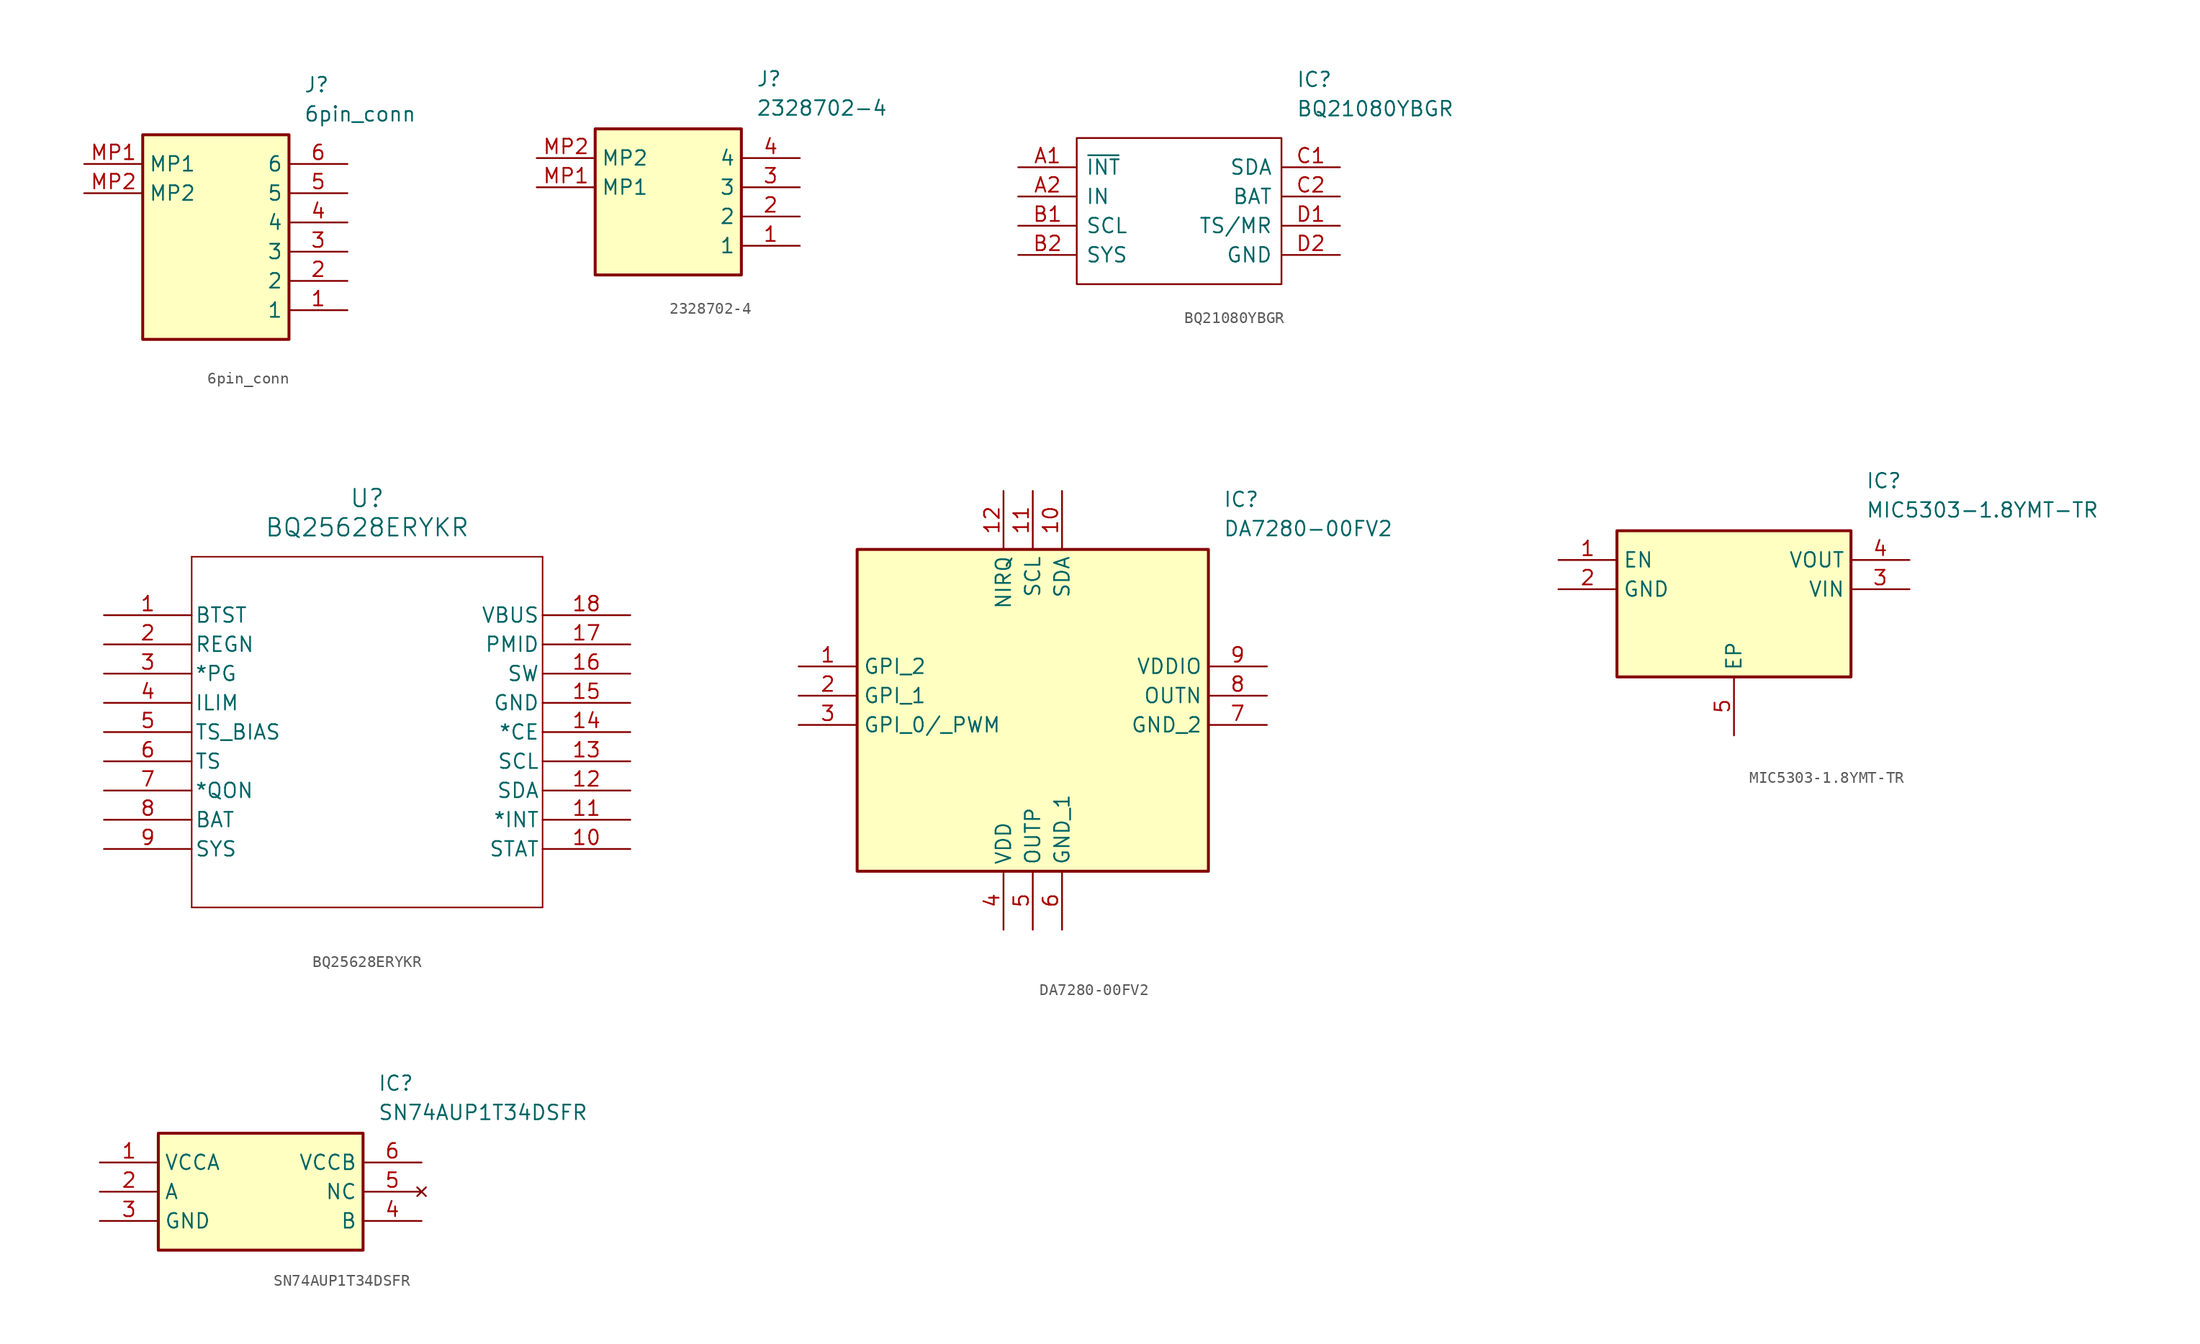
<source format=kicad_sym>
(kicad_symbol_lib
  (version 20231120)
  (generator "kicad_symbol_editor")
  (generator_version "8.0")
  (symbol "6pin_conn"
    (property "Reference" "J"
      (at 19.05 7.62 0)
      (effects (font (size 1.27 1.27)) (justify left top)))
    (property "Value" "6pin_conn"
      (at 19.05 5.08 0)
      (effects (font (size 1.27 1.27)) (justify left top)))
    (symbol "6pin_conn_1_1"
      (rectangle (start 5.08 2.54) (end 17.78 -15.24) (stroke (width 0.254) (type default)) (fill (type background)))
      (pin passive line (at 22.86 -12.7 180) (length 5.08) (name "1" (effects (font (size 1.27 1.27)))) (number "1" (effects (font (size 1.27 1.27)))))
      (pin passive line (at 22.86 -10.16 180) (length 5.08) (name "2" (effects (font (size 1.27 1.27)))) (number "2" (effects (font (size 1.27 1.27)))))
      (pin passive line (at 22.86 -7.62 180) (length 5.08) (name "3" (effects (font (size 1.27 1.27)))) (number "3" (effects (font (size 1.27 1.27)))))
      (pin passive line (at 22.86 -5.08 180) (length 5.08) (name "4" (effects (font (size 1.27 1.27)))) (number "4" (effects (font (size 1.27 1.27)))))
      (pin passive line (at 22.86 -2.54 180) (length 5.08) (name "5" (effects (font (size 1.27 1.27)))) (number "5" (effects (font (size 1.27 1.27)))))
      (pin passive line (at 22.86 0 180) (length 5.08) (name "6" (effects (font (size 1.27 1.27)))) (number "6" (effects (font (size 1.27 1.27)))))
      (pin passive line (at 0 0 0) (length 5.08) (name "MP1" (effects (font (size 1.27 1.27)))) (number "MP1" (effects (font (size 1.27 1.27)))))
      (pin passive line (at 0 -2.54 0) (length 5.08) (name "MP2" (effects (font (size 1.27 1.27)))) (number "MP2" (effects (font (size 1.27 1.27)))))))
  (symbol "2328702-4"
    (property "Reference" "J"
      (at 19.05 7.62 0)
      (effects (font (size 1.27 1.27)) (justify left top)))
    (property "Value" "2328702-4"
      (at 19.05 5.08 0)
      (effects (font (size 1.27 1.27)) (justify left top)))
    (symbol "2328702-4_1_1"
      (rectangle (start 5.08 2.54) (end 17.78 -10.16) (stroke (width 0.254) (type default)) (fill (type background)))
      (pin passive line (at 22.86 -7.62 180) (length 5.08) (name "1" (effects (font (size 1.27 1.27)))) (number "1" (effects (font (size 1.27 1.27)))))
      (pin passive line (at 22.86 -5.08 180) (length 5.08) (name "2" (effects (font (size 1.27 1.27)))) (number "2" (effects (font (size 1.27 1.27)))))
      (pin passive line (at 22.86 -2.54 180) (length 5.08) (name "3" (effects (font (size 1.27 1.27)))) (number "3" (effects (font (size 1.27 1.27)))))
      (pin passive line (at 22.86 0 180) (length 5.08) (name "4" (effects (font (size 1.27 1.27)))) (number "4" (effects (font (size 1.27 1.27)))))
      (pin passive line (at 0 -2.54 0) (length 5.08) (name "MP1" (effects (font (size 1.27 1.27)))) (number "MP1" (effects (font (size 1.27 1.27)))))
      (pin passive line (at 0 0 0) (length 5.08) (name "MP2" (effects (font (size 1.27 1.27)))) (number "MP2" (effects (font (size 1.27 1.27)))))))
  (symbol "BQ21080YBGR"
    (pin_names
      (offset 0.762))
    (property "Reference" "IC"
      (at 24.13 7.62 0)
      (effects (font (size 1.27 1.27)) (justify left)))
    (property "Value" "BQ21080YBGR"
      (at 24.13 5.08 0)
      (effects (font (size 1.27 1.27)) (justify left)))
    (symbol "BQ21080YBGR_0_0"
      (pin passive line (at 0 0 0) (length 5.08) (name "~{INT}" (effects (font (size 1.27 1.27)))) (number "A1" (effects (font (size 1.27 1.27)))))
      (pin passive line (at 0 -2.54 0) (length 5.08) (name "IN" (effects (font (size 1.27 1.27)))) (number "A2" (effects (font (size 1.27 1.27)))))
      (pin passive line (at 0 -5.08 0) (length 5.08) (name "SCL" (effects (font (size 1.27 1.27)))) (number "B1" (effects (font (size 1.27 1.27)))))
      (pin passive line (at 0 -7.62 0) (length 5.08) (name "SYS" (effects (font (size 1.27 1.27)))) (number "B2" (effects (font (size 1.27 1.27)))))
      (pin passive line (at 27.94 0 180) (length 5.08) (name "SDA" (effects (font (size 1.27 1.27)))) (number "C1" (effects (font (size 1.27 1.27)))))
      (pin passive line (at 27.94 -2.54 180) (length 5.08) (name "BAT" (effects (font (size 1.27 1.27)))) (number "C2" (effects (font (size 1.27 1.27)))))
      (pin passive line (at 27.94 -5.08 180) (length 5.08) (name "TS/MR" (effects (font (size 1.27 1.27)))) (number "D1" (effects (font (size 1.27 1.27)))))
      (pin passive line (at 27.94 -7.62 180) (length 5.08) (name "GND" (effects (font (size 1.27 1.27)))) (number "D2" (effects (font (size 1.27 1.27))))))
    (symbol "BQ21080YBGR_0_1"
      (polyline (pts (xy 5.08 2.54) (xy 22.86 2.54) (xy 22.86 -10.16) (xy 5.08 -10.16) (xy 5.08 2.54)) (stroke (width 0.152) (type solid)) (fill (type none)))))
  (symbol "BQ25628ERYKR"
    (pin_names
      (offset 0.254))
    (property "Reference" "U"
      (at 22.86 10.16 0)
      (effects (font (size 1.524 1.524))))
    (property "Value" "BQ25628ERYKR"
      (at 22.86 7.62 0)
      (effects (font (size 1.524 1.524))))
    (property "ki_locked" ""
      (at 0 0 0)
      (effects (font (size 1.27 1.27))))
    (symbol "BQ25628ERYKR_0_1"
      (polyline (pts (xy 7.62 -25.4) (xy 38.1 -25.4)) (stroke (width 0.127) (type default)) (fill (type none)))
      (polyline (pts (xy 7.62 5.08) (xy 7.62 -25.4)) (stroke (width 0.127) (type default)) (fill (type none)))
      (polyline (pts (xy 38.1 -25.4) (xy 38.1 5.08)) (stroke (width 0.127) (type default)) (fill (type none)))
      (polyline (pts (xy 38.1 5.08) (xy 7.62 5.08)) (stroke (width 0.127) (type default)) (fill (type none)))
      (pin power_in line (at 0 0 0) (length 7.62) (name "BTST" (effects (font (size 1.27 1.27)))) (number "1" (effects (font (size 1.27 1.27)))))
      (pin output line (at 45.72 -20.32 180) (length 7.62) (name "STAT" (effects (font (size 1.27 1.27)))) (number "10" (effects (font (size 1.27 1.27)))))
      (pin output line (at 45.72 -17.78 180) (length 7.62) (name "*INT" (effects (font (size 1.27 1.27)))) (number "11" (effects (font (size 1.27 1.27)))))
      (pin bidirectional line (at 45.72 -15.24 180) (length 7.62) (name "SDA" (effects (font (size 1.27 1.27)))) (number "12" (effects (font (size 1.27 1.27)))))
      (pin input line (at 45.72 -12.7 180) (length 7.62) (name "SCL" (effects (font (size 1.27 1.27)))) (number "13" (effects (font (size 1.27 1.27)))))
      (pin input line (at 45.72 -10.16 180) (length 7.62) (name "*CE" (effects (font (size 1.27 1.27)))) (number "14" (effects (font (size 1.27 1.27)))))
      (pin power_out line (at 45.72 -7.62 180) (length 7.62) (name "GND" (effects (font (size 1.27 1.27)))) (number "15" (effects (font (size 1.27 1.27)))))
      (pin power_in line (at 45.72 -5.08 180) (length 7.62) (name "SW" (effects (font (size 1.27 1.27)))) (number "16" (effects (font (size 1.27 1.27)))))
      (pin power_in line (at 45.72 -2.54 180) (length 7.62) (name "PMID" (effects (font (size 1.27 1.27)))) (number "17" (effects (font (size 1.27 1.27)))))
      (pin power_in line (at 45.72 0 180) (length 7.62) (name "VBUS" (effects (font (size 1.27 1.27)))) (number "18" (effects (font (size 1.27 1.27)))))
      (pin power_in line (at 0 -2.54 0) (length 7.62) (name "REGN" (effects (font (size 1.27 1.27)))) (number "2" (effects (font (size 1.27 1.27)))))
      (pin unspecified line (at 0 -5.08 0) (length 7.62) (name "*PG" (effects (font (size 1.27 1.27)))) (number "3" (effects (font (size 1.27 1.27)))))
      (pin bidirectional line (at 0 -7.62 0) (length 7.62) (name "ILIM" (effects (font (size 1.27 1.27)))) (number "4" (effects (font (size 1.27 1.27)))))
      (pin unspecified line (at 0 -10.16 0) (length 7.62) (name "TS_BIAS" (effects (font (size 1.27 1.27)))) (number "5" (effects (font (size 1.27 1.27)))))
      (pin input line (at 0 -12.7 0) (length 7.62) (name "TS" (effects (font (size 1.27 1.27)))) (number "6" (effects (font (size 1.27 1.27)))))
      (pin input line (at 0 -15.24 0) (length 7.62) (name "*QON" (effects (font (size 1.27 1.27)))) (number "7" (effects (font (size 1.27 1.27)))))
      (pin power_in line (at 0 -17.78 0) (length 7.62) (name "BAT" (effects (font (size 1.27 1.27)))) (number "8" (effects (font (size 1.27 1.27)))))
      (pin power_in line (at 0 -20.32 0) (length 7.62) (name "SYS" (effects (font (size 1.27 1.27)))) (number "9" (effects (font (size 1.27 1.27)))))))
  (symbol "DA7280-00FV2"
    (property "Reference" "IC"
      (at 36.83 15.24 0)
      (effects (font (size 1.27 1.27)) (justify left top)))
    (property "Value" "DA7280-00FV2"
      (at 36.83 12.7 0)
      (effects (font (size 1.27 1.27)) (justify left top)))
    (symbol "DA7280-00FV2_1_1"
      (rectangle (start 5.08 10.16) (end 35.56 -17.78) (stroke (width 0.254) (type default)) (fill (type background)))
      (pin passive line (at 0 0 0) (length 5.08) (name "GPI_2" (effects (font (size 1.27 1.27)))) (number "1" (effects (font (size 1.27 1.27)))))
      (pin passive line (at 22.86 15.24 270) (length 5.08) (name "SDA" (effects (font (size 1.27 1.27)))) (number "10" (effects (font (size 1.27 1.27)))))
      (pin passive line (at 20.32 15.24 270) (length 5.08) (name "SCL" (effects (font (size 1.27 1.27)))) (number "11" (effects (font (size 1.27 1.27)))))
      (pin passive line (at 17.78 15.24 270) (length 5.08) (name "NIRQ" (effects (font (size 1.27 1.27)))) (number "12" (effects (font (size 1.27 1.27)))))
      (pin passive line (at 0 -2.54 0) (length 5.08) (name "GPI_1" (effects (font (size 1.27 1.27)))) (number "2" (effects (font (size 1.27 1.27)))))
      (pin passive line (at 0 -5.08 0) (length 5.08) (name "GPI_0/_PWM" (effects (font (size 1.27 1.27)))) (number "3" (effects (font (size 1.27 1.27)))))
      (pin passive line (at 17.78 -22.86 90) (length 5.08) (name "VDD" (effects (font (size 1.27 1.27)))) (number "4" (effects (font (size 1.27 1.27)))))
      (pin passive line (at 20.32 -22.86 90) (length 5.08) (name "OUTP" (effects (font (size 1.27 1.27)))) (number "5" (effects (font (size 1.27 1.27)))))
      (pin passive line (at 22.86 -22.86 90) (length 5.08) (name "GND_1" (effects (font (size 1.27 1.27)))) (number "6" (effects (font (size 1.27 1.27)))))
      (pin passive line (at 40.64 -5.08 180) (length 5.08) (name "GND_2" (effects (font (size 1.27 1.27)))) (number "7" (effects (font (size 1.27 1.27)))))
      (pin passive line (at 40.64 -2.54 180) (length 5.08) (name "OUTN" (effects (font (size 1.27 1.27)))) (number "8" (effects (font (size 1.27 1.27)))))
      (pin passive line (at 40.64 0 180) (length 5.08) (name "VDDIO" (effects (font (size 1.27 1.27)))) (number "9" (effects (font (size 1.27 1.27)))))))
  (symbol "MIC5303-1.8YMT-TR"
    (property "Reference" "IC"
      (at 26.67 7.62 0)
      (effects (font (size 1.27 1.27)) (justify left top)))
    (property "Value" "MIC5303-1.8YMT-TR"
      (at 26.67 5.08 0)
      (effects (font (size 1.27 1.27)) (justify left top)))
    (symbol "MIC5303-1.8YMT-TR_1_1"
      (rectangle (start 5.08 2.54) (end 25.4 -10.16) (stroke (width 0.254) (type default)) (fill (type background)))
      (pin passive line (at 0 0 0) (length 5.08) (name "EN" (effects (font (size 1.27 1.27)))) (number "1" (effects (font (size 1.27 1.27)))))
      (pin passive line (at 0 -2.54 0) (length 5.08) (name "GND" (effects (font (size 1.27 1.27)))) (number "2" (effects (font (size 1.27 1.27)))))
      (pin passive line (at 30.48 -2.54 180) (length 5.08) (name "VIN" (effects (font (size 1.27 1.27)))) (number "3" (effects (font (size 1.27 1.27)))))
      (pin passive line (at 30.48 0 180) (length 5.08) (name "VOUT" (effects (font (size 1.27 1.27)))) (number "4" (effects (font (size 1.27 1.27)))))
      (pin passive line (at 15.24 -15.24 90) (length 5.08) (name "EP" (effects (font (size 1.27 1.27)))) (number "5" (effects (font (size 1.27 1.27)))))))
  (symbol "SN74AUP1T34DSFR"
    (property "Reference" "IC"
      (at 24.13 7.62 0)
      (effects (font (size 1.27 1.27)) (justify left top)))
    (property "Value" "SN74AUP1T34DSFR"
      (at 24.13 5.08 0)
      (effects (font (size 1.27 1.27)) (justify left top)))
    (symbol "SN74AUP1T34DSFR_1_1"
      (rectangle (start 5.08 2.54) (end 22.86 -7.62) (stroke (width 0.254) (type default)) (fill (type background)))
      (pin passive line (at 0 0 0) (length 5.08) (name "VCCA" (effects (font (size 1.27 1.27)))) (number "1" (effects (font (size 1.27 1.27)))))
      (pin passive line (at 0 -2.54 0) (length 5.08) (name "A" (effects (font (size 1.27 1.27)))) (number "2" (effects (font (size 1.27 1.27)))))
      (pin passive line (at 0 -5.08 0) (length 5.08) (name "GND" (effects (font (size 1.27 1.27)))) (number "3" (effects (font (size 1.27 1.27)))))
      (pin passive line (at 27.94 -5.08 180) (length 5.08) (name "B" (effects (font (size 1.27 1.27)))) (number "4" (effects (font (size 1.27 1.27)))))
      (pin no_connect line (at 27.94 -2.54 180) (length 5.08) (name "NC" (effects (font (size 1.27 1.27)))) (number "5" (effects (font (size 1.27 1.27)))))
      (pin passive line (at 27.94 0 180) (length 5.08) (name "VCCB" (effects (font (size 1.27 1.27)))) (number "6" (effects (font (size 1.27 1.27))))))))
</source>
